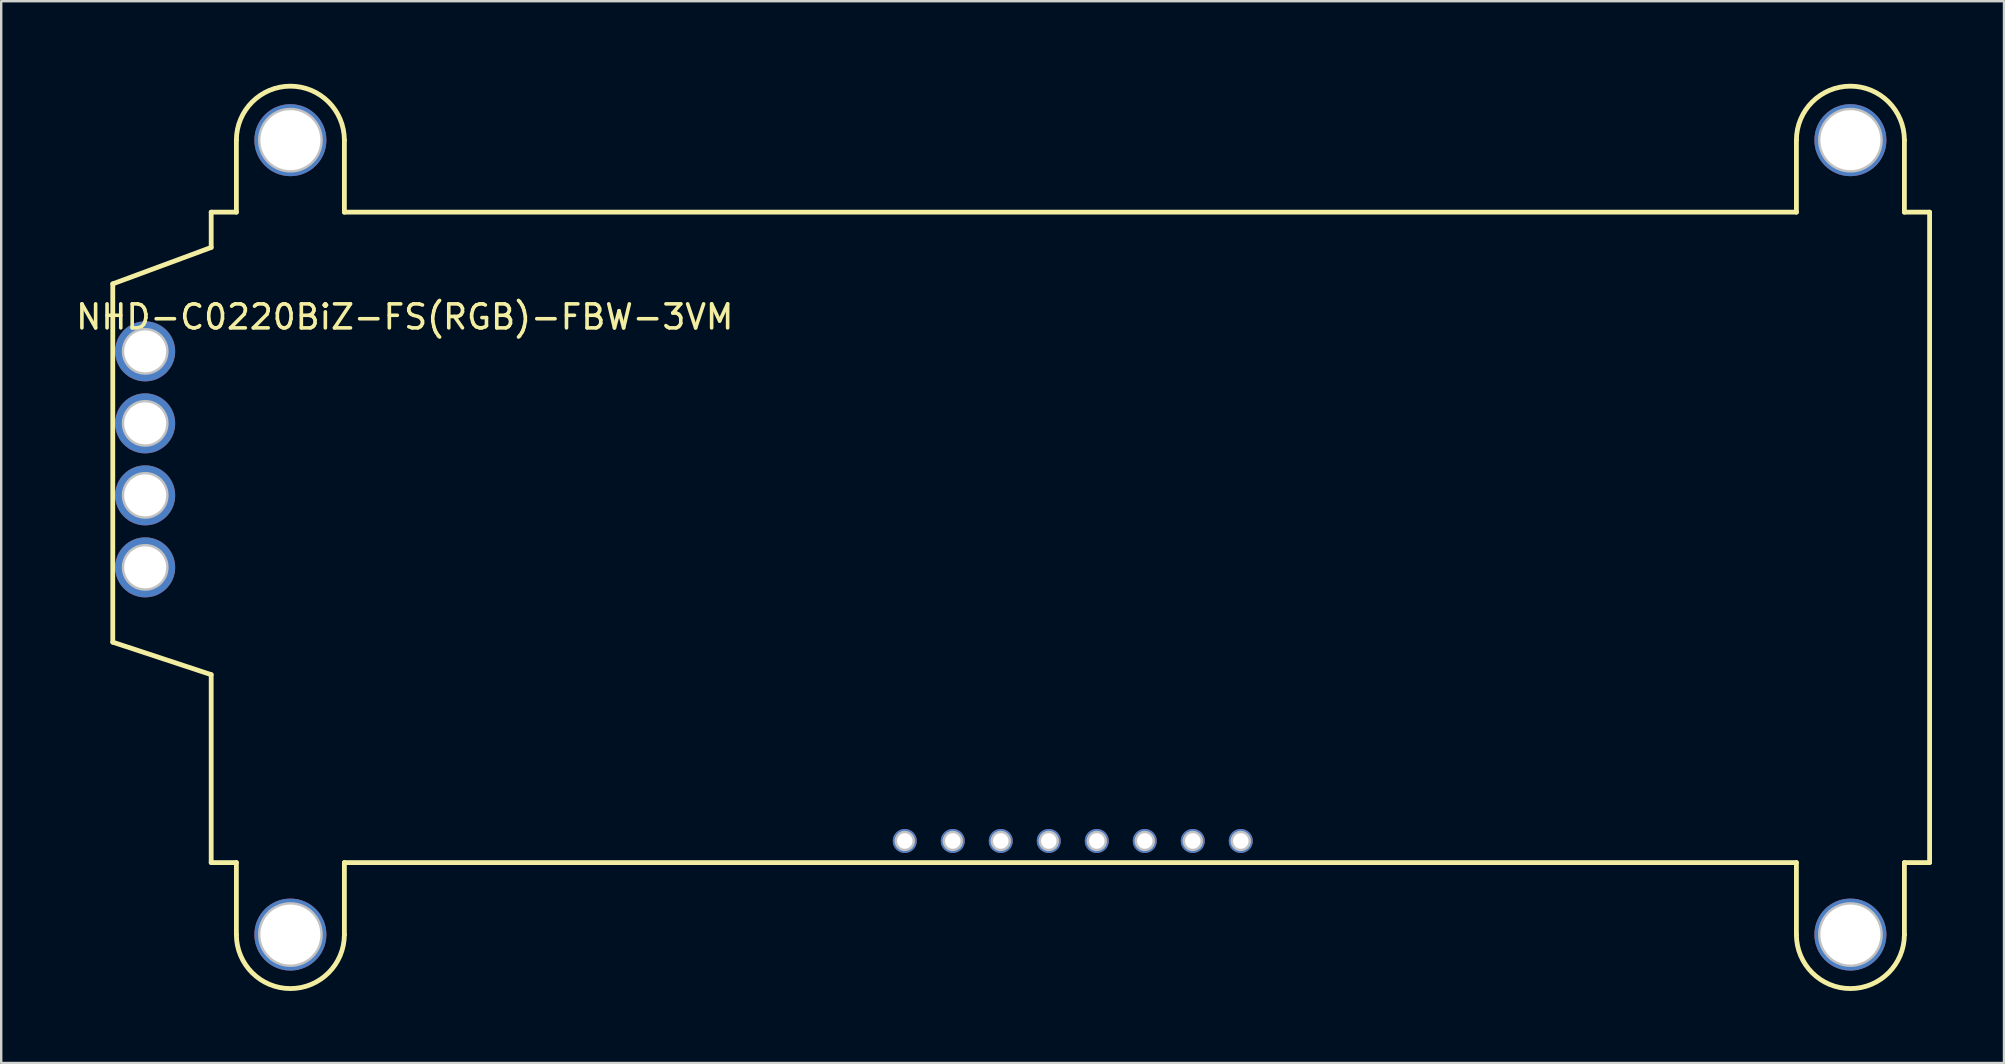
<source format=kicad_pcb>
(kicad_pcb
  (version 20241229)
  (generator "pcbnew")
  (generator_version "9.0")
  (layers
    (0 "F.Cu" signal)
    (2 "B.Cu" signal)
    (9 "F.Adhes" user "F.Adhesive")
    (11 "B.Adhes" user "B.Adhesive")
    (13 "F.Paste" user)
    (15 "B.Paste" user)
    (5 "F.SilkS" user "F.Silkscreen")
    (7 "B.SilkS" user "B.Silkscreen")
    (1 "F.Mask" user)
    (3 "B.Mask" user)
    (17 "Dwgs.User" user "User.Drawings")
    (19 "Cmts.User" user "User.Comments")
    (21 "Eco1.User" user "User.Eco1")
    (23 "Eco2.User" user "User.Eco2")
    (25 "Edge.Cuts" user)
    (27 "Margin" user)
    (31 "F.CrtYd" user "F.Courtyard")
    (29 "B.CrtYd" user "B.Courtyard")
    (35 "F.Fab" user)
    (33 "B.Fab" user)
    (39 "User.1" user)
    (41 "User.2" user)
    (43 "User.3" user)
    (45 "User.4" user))
  (footprint "NHD-C0220BiZ-FS(RGB)-FBW-3VM"
    (layer "F.Cu")
    (at 1.369 0.25)
    (property "Reference" "NHD-C0220BiZ-FS(RGB)-FBW-3VM" (at 12.446 9.906 0) (layer "F.SilkS") (effects (font (size 1 1) (thickness 0.15))))
    (attr through_hole)
    (fp_line (start 0.28 8.527) (end 4.38 7.01) (stroke (width 0.2) (type solid)) (layer "F.SilkS"))
    (fp_line (start 0.28 23.457) (end 0.28 8.527) (stroke (width 0.2) (type solid)) (layer "F.SilkS"))
    (fp_line (start 4.38 5.54) (end 5.43 5.54) (stroke (width 0.2) (type solid)) (layer "F.SilkS"))
    (fp_line (start 4.38 7.01) (end 4.38 5.54) (stroke (width 0.2) (type solid)) (layer "F.SilkS"))
    (fp_line (start 4.38 24.81) (end 0.28 23.457) (stroke (width 0.2) (type solid)) (layer "F.SilkS"))
    (fp_line (start 4.38 32.64) (end 4.38 24.81) (stroke (width 0.2) (type solid)) (layer "F.SilkS"))
    (fp_line (start 5.43 5.54) (end 5.43 2.54) (stroke (width 0.2) (type solid)) (layer "F.SilkS"))
    (fp_line (start 5.43 35.64) (end 5.43 32.64) (stroke (width 0.2) (type solid)) (layer "F.SilkS"))
    (fp_line (start 5.43 32.64) (end 4.38 32.64) (stroke (width 0.2) (type solid)) (layer "F.SilkS"))
    (fp_line (start 9.93 2.54) (end 9.93 5.54) (stroke (width 0.2) (type solid)) (layer "F.SilkS"))
    (fp_line (start 9.93 5.54) (end 70.43 5.54) (stroke (width 0.2) (type solid)) (layer "F.SilkS"))
    (fp_line (start 9.93 32.64) (end 9.93 35.64) (stroke (width 0.2) (type solid)) (layer "F.SilkS"))
    (fp_line (start 70.43 5.54) (end 70.43 2.54) (stroke (width 0.2) (type solid)) (layer "F.SilkS"))
    (fp_line (start 70.43 32.64) (end 9.93 32.64) (stroke (width 0.2) (type solid)) (layer "F.SilkS"))
    (fp_line (start 70.43 35.64) (end 70.43 32.64) (stroke (width 0.2) (type solid)) (layer "F.SilkS"))
    (fp_line (start 74.93 2.54) (end 74.93 5.54) (stroke (width 0.2) (type solid)) (layer "F.SilkS"))
    (fp_line (start 74.93 5.54) (end 75.98 5.54) (stroke (width 0.2) (type solid)) (layer "F.SilkS"))
    (fp_line (start 74.93 32.64) (end 74.93 35.64) (stroke (width 0.2) (type solid)) (layer "F.SilkS"))
    (fp_line (start 75.98 5.54) (end 75.98 32.64) (stroke (width 0.2) (type solid)) (layer "F.SilkS"))
    (fp_line (start 75.98 32.64) (end 74.93 32.64) (stroke (width 0.2) (type solid)) (layer "F.SilkS"))
    (fp_arc (start 5.429999 2.539999) (mid 7.679999 0.289999) (end 9.929999 2.539999) (stroke (width 0.2) (type solid)) (layer "F.SilkS"))
    (fp_arc (start 9.930001 35.639999) (mid 7.68 37.89) (end 5.429999 35.639999) (stroke (width 0.2) (type solid)) (layer "F.SilkS"))
    (fp_arc (start 70.43 2.54) (mid 72.68 0.29) (end 74.93 2.54) (stroke (width 0.2) (type solid)) (layer "F.SilkS"))
    (fp_arc (start 74.93 35.639998) (mid 72.68 37.889998) (end 70.43 35.639998) (stroke (width 0.2) (type solid)) (layer "F.SilkS"))
    (fp_circle (center 1.63 11.34) (end 2.505 11.34) (stroke (width 0.2) (type solid)) (fill no) (layer "Dwgs.User"))
    (fp_circle (center 1.63 14.34) (end 2.505 14.34) (stroke (width 0.2) (type solid)) (fill no) (layer "Dwgs.User"))
    (fp_circle (center 1.63 17.34) (end 2.505 17.34) (stroke (width 0.2) (type solid)) (fill no) (layer "Dwgs.User"))
    (fp_circle (center 1.63 20.34) (end 2.505 20.34) (stroke (width 0.2) (type solid)) (fill no) (layer "Dwgs.User"))
    (fp_circle (center 7.68 2.54) (end 8.93 2.54) (stroke (width 0.2) (type solid)) (fill no) (layer "Dwgs.User"))
    (fp_circle (center 7.68 35.64) (end 8.93 35.64) (stroke (width 0.2) (type solid)) (fill no) (layer "Dwgs.User"))
    (fp_circle (center 33.28 31.74) (end 33.605 31.74) (stroke (width 0.2) (type solid)) (fill no) (layer "Dwgs.User"))
    (fp_circle (center 35.28 31.74) (end 35.605 31.74) (stroke (width 0.2) (type solid)) (fill no) (layer "Dwgs.User"))
    (fp_circle (center 37.28 31.74) (end 37.605 31.74) (stroke (width 0.2) (type solid)) (fill no) (layer "Dwgs.User"))
    (fp_circle (center 39.28 31.74) (end 39.605 31.74) (stroke (width 0.2) (type solid)) (fill no) (layer "Dwgs.User"))
    (fp_circle (center 41.28 31.74) (end 41.605 31.74) (stroke (width 0.2) (type solid)) (fill no) (layer "Dwgs.User"))
    (fp_circle (center 43.28 31.74) (end 43.605 31.74) (stroke (width 0.2) (type solid)) (fill no) (layer "Dwgs.User"))
    (fp_circle (center 45.28 31.74) (end 45.605 31.74) (stroke (width 0.2) (type solid)) (fill no) (layer "Dwgs.User"))
    (fp_circle (center 47.28 31.74) (end 47.605 31.74) (stroke (width 0.2) (type solid)) (fill no) (layer "Dwgs.User"))
    (fp_circle (center 72.68 2.54) (end 73.93 2.54) (stroke (width 0.2) (type solid)) (fill no) (layer "Dwgs.User"))
    (fp_circle (center 72.68 35.64) (end 73.93 35.64) (stroke (width 0.2) (type solid)) (fill no) (layer "Dwgs.User"))
    (pad "" thru_hole circle (at 7.68 2.54) (size 3 3) (drill 2.5) (layers "*.Cu" "*.Mask"))
    (pad "" thru_hole circle (at 7.68 35.64) (size 3 3) (drill 2.5) (layers "*.Cu" "*.Mask"))
    (pad "" thru_hole circle (at 72.68 2.54) (size 3 3) (drill 2.5) (layers "*.Cu" "*.Mask"))
    (pad "" thru_hole circle (at 72.68 35.64) (size 3 3) (drill 2.5) (layers "*.Cu" "*.Mask"))
    (pad "1" thru_hole circle (at 47.28 31.74) (size 1 1) (drill 0.65) (layers "*.Cu" "*.Mask"))
    (pad "2" thru_hole circle (at 45.28 31.74) (size 1 1) (drill 0.65) (layers "*.Cu" "*.Mask"))
    (pad "3" thru_hole circle (at 43.28 31.74) (size 1 1) (drill 0.65) (layers "*.Cu" "*.Mask"))
    (pad "4" thru_hole circle (at 41.28 31.74) (size 1 1) (drill 0.65) (layers "*.Cu" "*.Mask"))
    (pad "5" thru_hole circle (at 39.28 31.74) (size 1 1) (drill 0.65) (layers "*.Cu" "*.Mask"))
    (pad "6" thru_hole circle (at 37.28 31.74) (size 1 1) (drill 0.65) (layers "*.Cu" "*.Mask"))
    (pad "7" thru_hole circle (at 35.28 31.74) (size 1 1) (drill 0.65) (layers "*.Cu" "*.Mask"))
    (pad "8" thru_hole circle (at 33.28 31.74) (size 1 1) (drill 0.65) (layers "*.Cu" "*.Mask"))
    (pad "A" thru_hole circle (at 1.63 20.34) (size 2.5 2.5) (drill 1.75) (layers "*.Cu" "*.Mask"))
    (pad "K-B" thru_hole circle (at 1.63 17.34) (size 2.5 2.5) (drill 1.75) (layers "*.Cu" "*.Mask"))
    (pad "K-G" thru_hole circle (at 1.63 14.34) (size 2.5 2.5) (drill 1.75) (layers "*.Cu" "*.Mask"))
    (pad "K-R" thru_hole circle (at 1.63 11.34) (size 2.5 2.5) (drill 1.75) (layers "*.Cu" "*.Mask")))
  (gr_rect
    (start -3 -3)
    (end 80.449 41.24)
    (stroke (width 0.1) (type default))
    (fill no)
    (layer "Edge.Cuts")))
</source>
